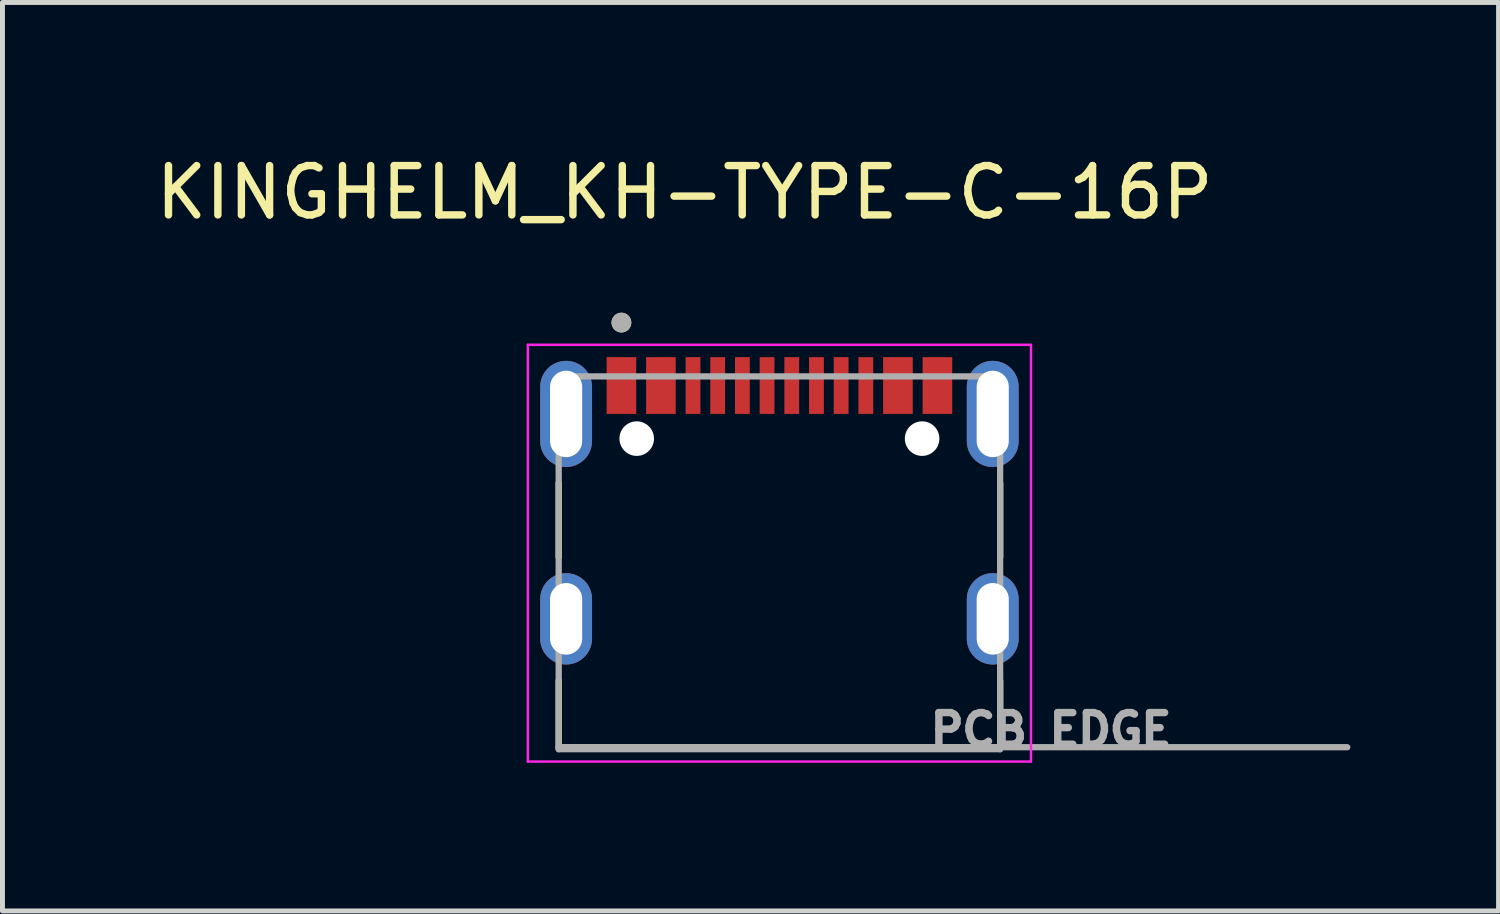
<source format=kicad_pcb>
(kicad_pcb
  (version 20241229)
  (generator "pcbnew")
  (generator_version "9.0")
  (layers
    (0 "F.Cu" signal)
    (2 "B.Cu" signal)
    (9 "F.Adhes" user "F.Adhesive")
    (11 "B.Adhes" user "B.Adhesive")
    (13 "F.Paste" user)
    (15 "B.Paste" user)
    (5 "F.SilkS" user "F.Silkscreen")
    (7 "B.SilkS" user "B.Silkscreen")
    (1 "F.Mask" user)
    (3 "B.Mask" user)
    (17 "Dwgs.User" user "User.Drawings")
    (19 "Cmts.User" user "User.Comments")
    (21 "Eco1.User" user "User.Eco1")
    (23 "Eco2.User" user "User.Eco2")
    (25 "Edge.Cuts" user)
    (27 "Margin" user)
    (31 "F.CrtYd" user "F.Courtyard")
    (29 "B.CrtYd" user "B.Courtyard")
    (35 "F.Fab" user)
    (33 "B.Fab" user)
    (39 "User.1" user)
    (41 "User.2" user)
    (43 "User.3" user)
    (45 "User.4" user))
  (footprint "KINGHELM_KH-TYPE-C-16P"
    (layer "F.Cu")
    (at 12.735 9.483)
    (property "Reference" "KINGHELM_KH-TYPE-C-16P" (at -1.92 -8.635 0) (layer "F.SilkS") (effects (font (size 1 1) (thickness 0.15))))
    (attr smd)
    (fp_line (start -4.47 -2.75) (end -4.47 -1.25) (stroke (width 0.127) (type solid)) (layer "F.SilkS"))
    (fp_line (start -4.47 2.6) (end -4.47 1.25) (stroke (width 0.127) (type solid)) (layer "F.SilkS"))
    (fp_line (start -4.47 2.6) (end 4.47 2.6) (stroke (width 0.127) (type solid)) (layer "F.SilkS"))
    (fp_line (start 4.47 -2.75) (end 4.47 -1.25) (stroke (width 0.127) (type solid)) (layer "F.SilkS"))
    (fp_line (start 4.47 2.6) (end 4.47 1.25) (stroke (width 0.127) (type solid)) (layer "F.SilkS"))
    (fp_circle (center -3.2 -6) (end -3.1 -6) (stroke (width 0.2) (type solid)) (fill no) (layer "F.SilkS"))
    (fp_line (start -5.095 -5.55) (end -5.095 2.89) (stroke (width 0.05) (type solid)) (layer "F.CrtYd"))
    (fp_line (start -5.095 2.89) (end 5.095 2.89) (stroke (width 0.05) (type solid)) (layer "F.CrtYd"))
    (fp_line (start 5.095 -5.55) (end -5.095 -5.55) (stroke (width 0.05) (type solid)) (layer "F.CrtYd"))
    (fp_line (start 5.095 2.89) (end 5.095 -5.55) (stroke (width 0.05) (type solid)) (layer "F.CrtYd"))
    (fp_line (start -4.47 -4.91) (end 4.47 -4.91) (stroke (width 0.127) (type solid)) (layer "F.Fab"))
    (fp_line (start -4.47 2.6) (end -4.47 -4.91) (stroke (width 0.127) (type solid)) (layer "F.Fab"))
    (fp_line (start -4.47 2.64) (end -4.47 2.6) (stroke (width 0.127) (type solid)) (layer "F.Fab"))
    (fp_line (start 4.47 -4.91) (end 4.47 2.6) (stroke (width 0.127) (type solid)) (layer "F.Fab"))
    (fp_line (start 4.47 2.6) (end -4.47 2.6) (stroke (width 0.127) (type solid)) (layer "F.Fab"))
    (fp_line (start 4.47 2.6) (end 4.47 2.64) (stroke (width 0.127) (type solid)) (layer "F.Fab"))
    (fp_line (start 4.47 2.6) (end 11.5 2.6) (stroke (width 0.127) (type solid)) (layer "F.Fab"))
    (fp_line (start 4.47 2.64) (end -4.47 2.64) (stroke (width 0.127) (type solid)) (layer "F.Fab"))
    (fp_circle (center -3.2 -6) (end -3.1 -6) (stroke (width 0.2) (type solid)) (fill no) (layer "F.Fab"))
    (fp_text user "PCB EDGE" (at 5.5 2.25 0) (layer "F.Fab") (effects (font (size 0.64 0.64) (thickness 0.15))))
    (pad "" np_thru_hole circle (at -2.89 -3.65) (size 0.7 0.7) (drill 0.7) (layers "*.Cu" "*.Mask"))
    (pad "" np_thru_hole circle (at 2.89 -3.65) (size 0.7 0.7) (drill 0.7) (layers "*.Cu" "*.Mask"))
    (pad "A1_B12" smd rect (at -3.2 -4.725) (size 0.6 1.15) (layers "F.Cu" "F.Mask" "F.Paste"))
    (pad "A4_B9" smd rect (at -2.4 -4.725) (size 0.6 1.15) (layers "F.Cu" "F.Mask" "F.Paste"))
    (pad "A5" smd rect (at -1.25 -4.725) (size 0.3 1.15) (layers "F.Cu" "F.Mask" "F.Paste"))
    (pad "A6" smd rect (at -0.25 -4.725) (size 0.3 1.15) (layers "F.Cu" "F.Mask" "F.Paste"))
    (pad "A7" smd rect (at 0.25 -4.725) (size 0.3 1.15) (layers "F.Cu" "F.Mask" "F.Paste"))
    (pad "A8" smd rect (at 1.25 -4.725) (size 0.3 1.15) (layers "F.Cu" "F.Mask" "F.Paste"))
    (pad "A9_B4" smd rect (at 2.4 -4.725) (size 0.6 1.15) (layers "F.Cu" "F.Mask" "F.Paste"))
    (pad "A12_B1" smd rect (at 3.2 -4.725) (size 0.6 1.15) (layers "F.Cu" "F.Mask" "F.Paste"))
    (pad "B5" smd rect (at 1.75 -4.725) (size 0.3 1.15) (layers "F.Cu" "F.Mask" "F.Paste"))
    (pad "B6" smd rect (at 0.75 -4.725) (size 0.3 1.15) (layers "F.Cu" "F.Mask" "F.Paste"))
    (pad "B7" smd rect (at -0.75 -4.725) (size 0.3 1.15) (layers "F.Cu" "F.Mask" "F.Paste"))
    (pad "B8" smd rect (at -1.75 -4.725) (size 0.3 1.15) (layers "F.Cu" "F.Mask" "F.Paste"))
    (pad "SH1" thru_hole oval (at -4.32 0) (size 1.05 1.85) (drill oval 0.65 1.45) (layers "*.Cu" "*.Mask"))
    (pad "SH2" thru_hole oval (at 4.32 0) (size 1.05 1.85) (drill oval 0.65 1.45) (layers "*.Cu" "*.Mask"))
    (pad "SH3" thru_hole oval (at -4.32 -4.15) (size 1.05 2.15) (drill oval 0.65 1.75) (layers "*.Cu" "*.Mask"))
    (pad "SH4" thru_hole oval (at 4.32 -4.15) (size 1.05 2.15) (drill oval 0.65 1.75) (layers "*.Cu" "*.Mask")))
  (gr_rect
    (start -3 -3)
    (end 27.299 15.398)
    (stroke (width 0.1) (type default))
    (fill no)
    (layer "Edge.Cuts")))
</source>
